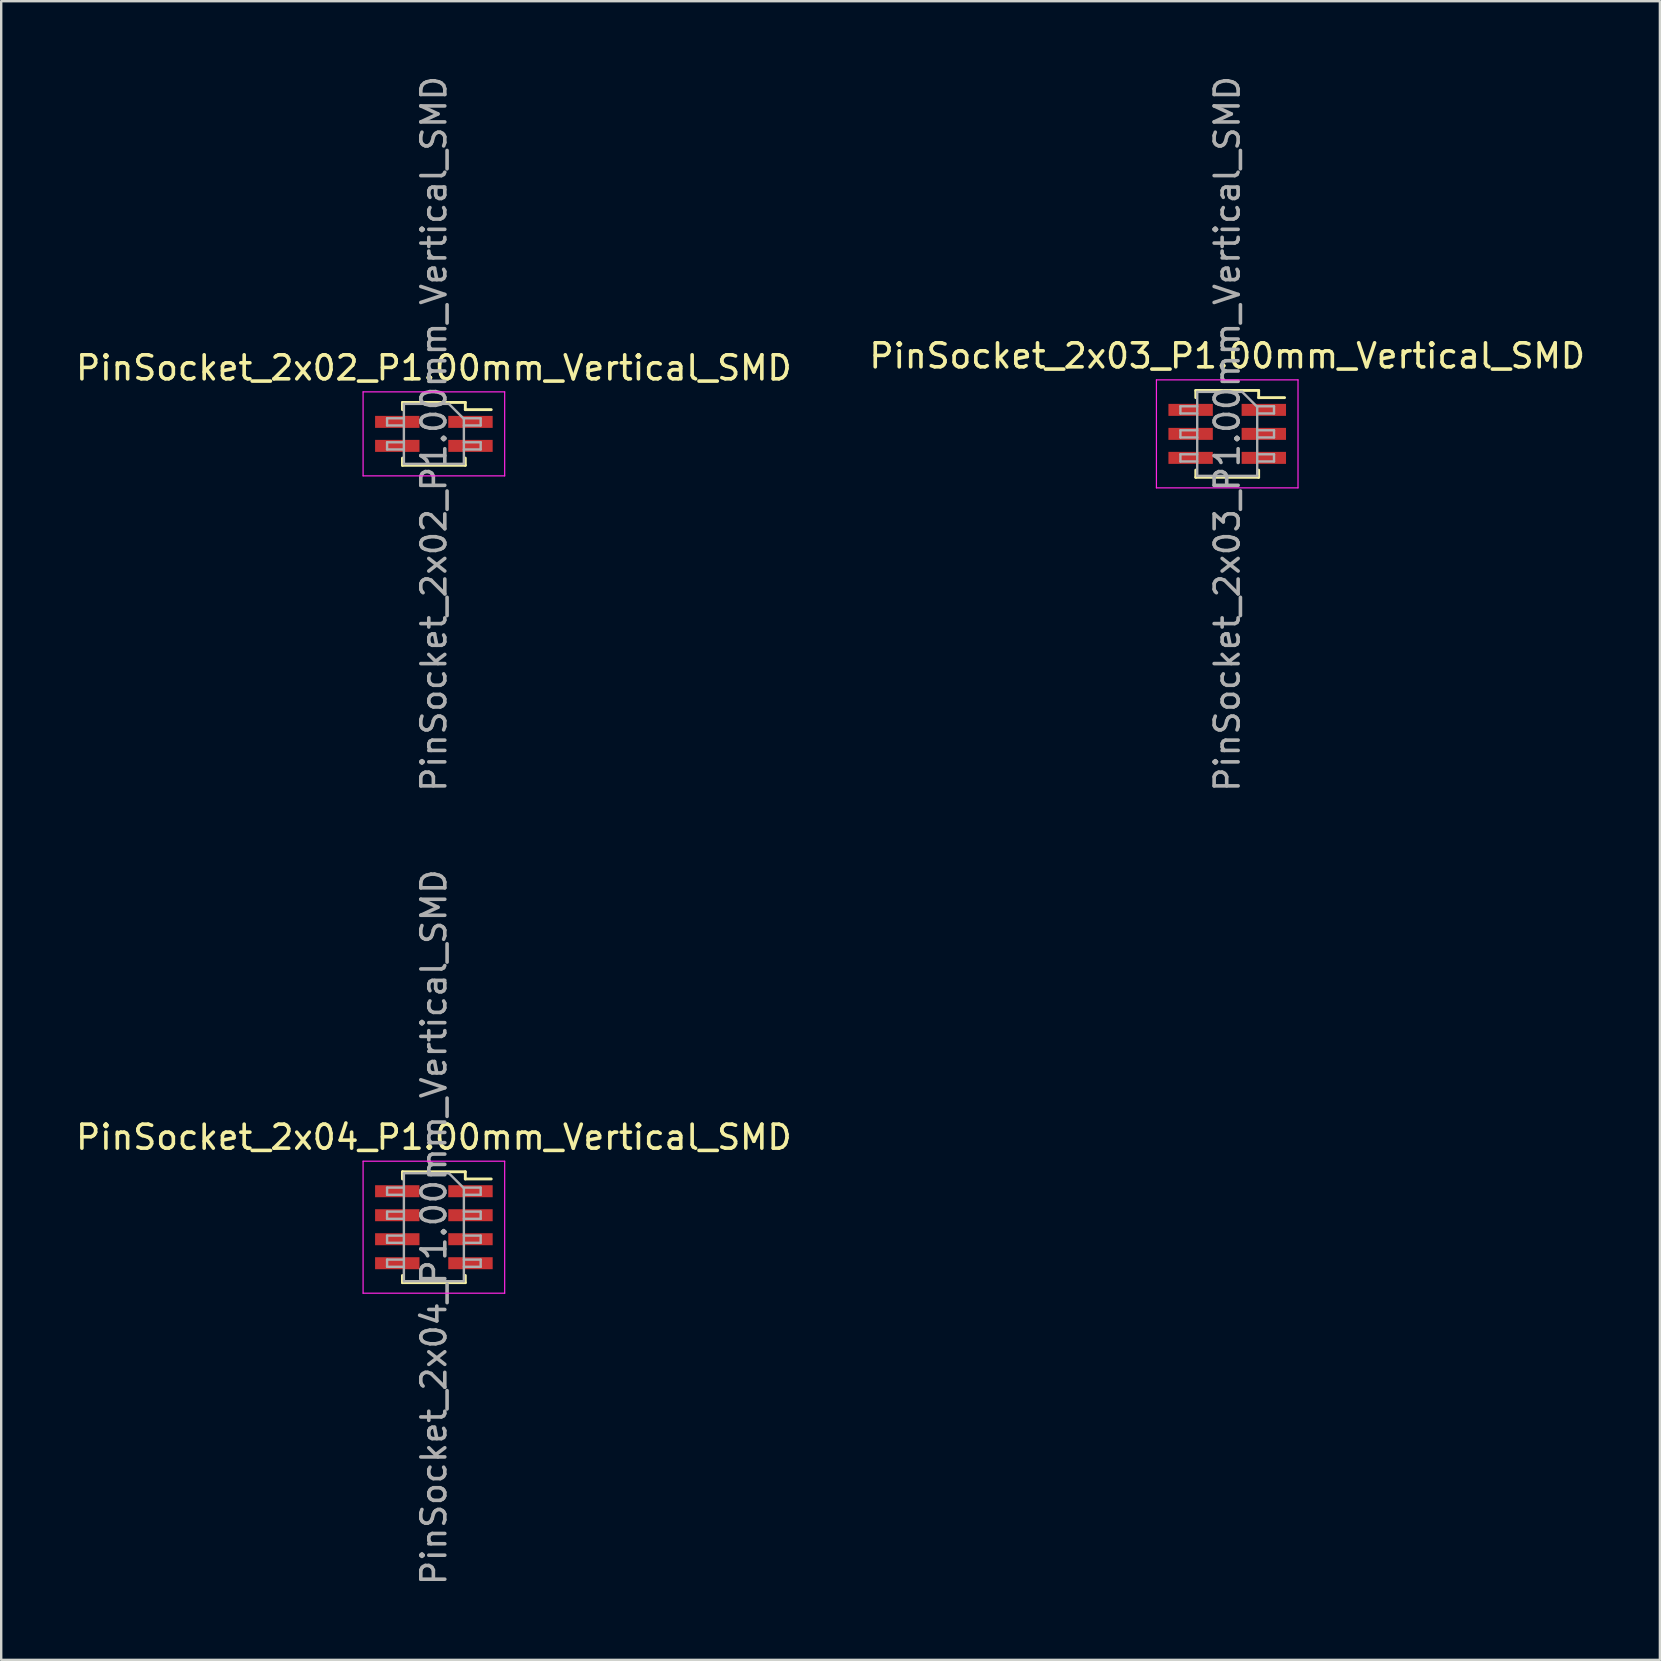
<source format=kicad_pcb>
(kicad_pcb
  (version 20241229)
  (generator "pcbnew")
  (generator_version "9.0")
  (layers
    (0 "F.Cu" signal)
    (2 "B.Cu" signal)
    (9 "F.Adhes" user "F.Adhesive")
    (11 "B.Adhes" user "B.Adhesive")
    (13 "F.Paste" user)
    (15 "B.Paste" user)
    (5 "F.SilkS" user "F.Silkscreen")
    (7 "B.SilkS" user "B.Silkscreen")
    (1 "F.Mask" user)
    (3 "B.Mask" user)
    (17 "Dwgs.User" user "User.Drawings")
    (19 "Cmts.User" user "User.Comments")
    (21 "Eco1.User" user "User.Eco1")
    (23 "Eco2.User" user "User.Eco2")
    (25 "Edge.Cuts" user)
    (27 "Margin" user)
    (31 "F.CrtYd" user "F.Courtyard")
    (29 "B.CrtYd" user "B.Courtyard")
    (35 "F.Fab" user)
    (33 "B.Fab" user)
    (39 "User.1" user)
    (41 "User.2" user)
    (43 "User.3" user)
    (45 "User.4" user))
  (footprint "PinSocket_2x02_P1.00mm_Vertical_SMD"
    (layer "F.Cu")
    (at 15.03 15.03)
    (property "Reference" "PinSocket_2x02_P1.00mm_Vertical_SMD" (at 0 -2.75 0) (layer "F.SilkS") (effects (font (size 1 1) (thickness 0.15))))
    (attr smd)
    (fp_line (start -1.31 -1.31) (end -1.31 -1.01) (stroke (width 0.12) (type solid)) (layer "F.SilkS"))
    (fp_line (start -1.31 -1.31) (end 1.31 -1.31) (stroke (width 0.12) (type solid)) (layer "F.SilkS"))
    (fp_line (start -1.31 1.01) (end -1.31 1.31) (stroke (width 0.12) (type solid)) (layer "F.SilkS"))
    (fp_line (start -1.31 1.31) (end 1.31 1.31) (stroke (width 0.12) (type solid)) (layer "F.SilkS"))
    (fp_line (start 1.31 -1.31) (end 1.31 -1.01) (stroke (width 0.12) (type solid)) (layer "F.SilkS"))
    (fp_line (start 1.31 -1.01) (end 2.39 -1.01) (stroke (width 0.12) (type solid)) (layer "F.SilkS"))
    (fp_line (start 1.31 1.01) (end 1.31 1.31) (stroke (width 0.12) (type solid)) (layer "F.SilkS"))
    (fp_line (start -2.95 -1.75) (end 2.95 -1.75) (stroke (width 0.05) (type solid)) (layer "F.CrtYd"))
    (fp_line (start -2.95 1.75) (end -2.95 -1.75) (stroke (width 0.05) (type solid)) (layer "F.CrtYd"))
    (fp_line (start 2.95 -1.75) (end 2.95 1.75) (stroke (width 0.05) (type solid)) (layer "F.CrtYd"))
    (fp_line (start 2.95 1.75) (end -2.95 1.75) (stroke (width 0.05) (type solid)) (layer "F.CrtYd"))
    (fp_line (start -1.95 -0.65) (end -1.25 -0.65) (stroke (width 0.1) (type solid)) (layer "F.Fab"))
    (fp_line (start -1.95 -0.35) (end -1.95 -0.65) (stroke (width 0.1) (type solid)) (layer "F.Fab"))
    (fp_line (start -1.95 0.35) (end -1.25 0.35) (stroke (width 0.1) (type solid)) (layer "F.Fab"))
    (fp_line (start -1.95 0.65) (end -1.95 0.35) (stroke (width 0.1) (type solid)) (layer "F.Fab"))
    (fp_line (start -1.25 -1.25) (end 0.625 -1.25) (stroke (width 0.1) (type solid)) (layer "F.Fab"))
    (fp_line (start -1.25 -0.35) (end -1.95 -0.35) (stroke (width 0.1) (type solid)) (layer "F.Fab"))
    (fp_line (start -1.25 0.65) (end -1.95 0.65) (stroke (width 0.1) (type solid)) (layer "F.Fab"))
    (fp_line (start -1.25 1.25) (end -1.25 -1.25) (stroke (width 0.1) (type solid)) (layer "F.Fab"))
    (fp_line (start 0.625 -1.25) (end 1.25 -0.625) (stroke (width 0.1) (type solid)) (layer "F.Fab"))
    (fp_line (start 1.25 -0.65) (end 1.95 -0.65) (stroke (width 0.1) (type solid)) (layer "F.Fab"))
    (fp_line (start 1.25 -0.625) (end 1.25 1.25) (stroke (width 0.1) (type solid)) (layer "F.Fab"))
    (fp_line (start 1.25 0.35) (end 1.95 0.35) (stroke (width 0.1) (type solid)) (layer "F.Fab"))
    (fp_line (start 1.25 1.25) (end -1.25 1.25) (stroke (width 0.1) (type solid)) (layer "F.Fab"))
    (fp_line (start 1.95 -0.65) (end 1.95 -0.35) (stroke (width 0.1) (type solid)) (layer "F.Fab"))
    (fp_line (start 1.95 -0.35) (end 1.25 -0.35) (stroke (width 0.1) (type solid)) (layer "F.Fab"))
    (fp_line (start 1.95 0.35) (end 1.95 0.65) (stroke (width 0.1) (type solid)) (layer "F.Fab"))
    (fp_line (start 1.95 0.65) (end 1.25 0.65) (stroke (width 0.1) (type solid)) (layer "F.Fab"))
    (fp_text user "${REFERENCE}" (at 0 0 90) (layer "F.Fab") (effects (font (size 1 1) (thickness 0.15))))
    (pad "1" smd rect (at 1.525 -0.5) (size 1.85 0.5) (layers "F.Cu" "F.Mask" "F.Paste"))
    (pad "2" smd rect (at -1.525 -0.5) (size 1.85 0.5) (layers "F.Cu" "F.Mask" "F.Paste"))
    (pad "3" smd rect (at 1.525 0.5) (size 1.85 0.5) (layers "F.Cu" "F.Mask" "F.Paste"))
    (pad "4" smd rect (at -1.525 0.5) (size 1.85 0.5) (layers "F.Cu" "F.Mask" "F.Paste")))
  (footprint "PinSocket_2x04_P1.00mm_Vertical_SMD"
    (layer "F.Cu")
    (at 15.03 48.089)
    (property "Reference" "PinSocket_2x04_P1.00mm_Vertical_SMD" (at 0 -3.75 0) (layer "F.SilkS") (effects (font (size 1 1) (thickness 0.15))))
    (attr smd)
    (fp_line (start -1.31 -2.31) (end -1.31 -2.01) (stroke (width 0.12) (type solid)) (layer "F.SilkS"))
    (fp_line (start -1.31 -2.31) (end 1.31 -2.31) (stroke (width 0.12) (type solid)) (layer "F.SilkS"))
    (fp_line (start -1.31 2.01) (end -1.31 2.31) (stroke (width 0.12) (type solid)) (layer "F.SilkS"))
    (fp_line (start -1.31 2.31) (end 1.31 2.31) (stroke (width 0.12) (type solid)) (layer "F.SilkS"))
    (fp_line (start 1.31 -2.31) (end 1.31 -2.01) (stroke (width 0.12) (type solid)) (layer "F.SilkS"))
    (fp_line (start 1.31 -2.01) (end 2.39 -2.01) (stroke (width 0.12) (type solid)) (layer "F.SilkS"))
    (fp_line (start 1.31 2.01) (end 1.31 2.31) (stroke (width 0.12) (type solid)) (layer "F.SilkS"))
    (fp_line (start -2.95 -2.75) (end 2.95 -2.75) (stroke (width 0.05) (type solid)) (layer "F.CrtYd"))
    (fp_line (start -2.95 2.75) (end -2.95 -2.75) (stroke (width 0.05) (type solid)) (layer "F.CrtYd"))
    (fp_line (start 2.95 -2.75) (end 2.95 2.75) (stroke (width 0.05) (type solid)) (layer "F.CrtYd"))
    (fp_line (start 2.95 2.75) (end -2.95 2.75) (stroke (width 0.05) (type solid)) (layer "F.CrtYd"))
    (fp_line (start -1.95 -1.65) (end -1.25 -1.65) (stroke (width 0.1) (type solid)) (layer "F.Fab"))
    (fp_line (start -1.95 -1.35) (end -1.95 -1.65) (stroke (width 0.1) (type solid)) (layer "F.Fab"))
    (fp_line (start -1.95 -0.65) (end -1.25 -0.65) (stroke (width 0.1) (type solid)) (layer "F.Fab"))
    (fp_line (start -1.95 -0.35) (end -1.95 -0.65) (stroke (width 0.1) (type solid)) (layer "F.Fab"))
    (fp_line (start -1.95 0.35) (end -1.25 0.35) (stroke (width 0.1) (type solid)) (layer "F.Fab"))
    (fp_line (start -1.95 0.65) (end -1.95 0.35) (stroke (width 0.1) (type solid)) (layer "F.Fab"))
    (fp_line (start -1.95 1.35) (end -1.25 1.35) (stroke (width 0.1) (type solid)) (layer "F.Fab"))
    (fp_line (start -1.95 1.65) (end -1.95 1.35) (stroke (width 0.1) (type solid)) (layer "F.Fab"))
    (fp_line (start -1.25 -2.25) (end 0.625 -2.25) (stroke (width 0.1) (type solid)) (layer "F.Fab"))
    (fp_line (start -1.25 -1.35) (end -1.95 -1.35) (stroke (width 0.1) (type solid)) (layer "F.Fab"))
    (fp_line (start -1.25 -0.35) (end -1.95 -0.35) (stroke (width 0.1) (type solid)) (layer "F.Fab"))
    (fp_line (start -1.25 0.65) (end -1.95 0.65) (stroke (width 0.1) (type solid)) (layer "F.Fab"))
    (fp_line (start -1.25 1.65) (end -1.95 1.65) (stroke (width 0.1) (type solid)) (layer "F.Fab"))
    (fp_line (start -1.25 2.25) (end -1.25 -2.25) (stroke (width 0.1) (type solid)) (layer "F.Fab"))
    (fp_line (start 0.625 -2.25) (end 1.25 -1.625) (stroke (width 0.1) (type solid)) (layer "F.Fab"))
    (fp_line (start 1.25 -1.65) (end 1.95 -1.65) (stroke (width 0.1) (type solid)) (layer "F.Fab"))
    (fp_line (start 1.25 -1.625) (end 1.25 2.25) (stroke (width 0.1) (type solid)) (layer "F.Fab"))
    (fp_line (start 1.25 -0.65) (end 1.95 -0.65) (stroke (width 0.1) (type solid)) (layer "F.Fab"))
    (fp_line (start 1.25 0.35) (end 1.95 0.35) (stroke (width 0.1) (type solid)) (layer "F.Fab"))
    (fp_line (start 1.25 1.35) (end 1.95 1.35) (stroke (width 0.1) (type solid)) (layer "F.Fab"))
    (fp_line (start 1.25 2.25) (end -1.25 2.25) (stroke (width 0.1) (type solid)) (layer "F.Fab"))
    (fp_line (start 1.95 -1.65) (end 1.95 -1.35) (stroke (width 0.1) (type solid)) (layer "F.Fab"))
    (fp_line (start 1.95 -1.35) (end 1.25 -1.35) (stroke (width 0.1) (type solid)) (layer "F.Fab"))
    (fp_line (start 1.95 -0.65) (end 1.95 -0.35) (stroke (width 0.1) (type solid)) (layer "F.Fab"))
    (fp_line (start 1.95 -0.35) (end 1.25 -0.35) (stroke (width 0.1) (type solid)) (layer "F.Fab"))
    (fp_line (start 1.95 0.35) (end 1.95 0.65) (stroke (width 0.1) (type solid)) (layer "F.Fab"))
    (fp_line (start 1.95 0.65) (end 1.25 0.65) (stroke (width 0.1) (type solid)) (layer "F.Fab"))
    (fp_line (start 1.95 1.35) (end 1.95 1.65) (stroke (width 0.1) (type solid)) (layer "F.Fab"))
    (fp_line (start 1.95 1.65) (end 1.25 1.65) (stroke (width 0.1) (type solid)) (layer "F.Fab"))
    (fp_text user "${REFERENCE}" (at 0 0 90) (layer "F.Fab") (effects (font (size 1 1) (thickness 0.15))))
    (pad "1" smd rect (at 1.525 -1.5) (size 1.85 0.5) (layers "F.Cu" "F.Mask" "F.Paste"))
    (pad "2" smd rect (at -1.525 -1.5) (size 1.85 0.5) (layers "F.Cu" "F.Mask" "F.Paste"))
    (pad "3" smd rect (at 1.525 -0.5) (size 1.85 0.5) (layers "F.Cu" "F.Mask" "F.Paste"))
    (pad "4" smd rect (at -1.525 -0.5) (size 1.85 0.5) (layers "F.Cu" "F.Mask" "F.Paste"))
    (pad "5" smd rect (at 1.525 0.5) (size 1.85 0.5) (layers "F.Cu" "F.Mask" "F.Paste"))
    (pad "6" smd rect (at -1.525 0.5) (size 1.85 0.5) (layers "F.Cu" "F.Mask" "F.Paste"))
    (pad "7" smd rect (at 1.525 1.5) (size 1.85 0.5) (layers "F.Cu" "F.Mask" "F.Paste"))
    (pad "8" smd rect (at -1.525 1.5) (size 1.85 0.5) (layers "F.Cu" "F.Mask" "F.Paste")))
  (footprint "PinSocket_2x03_P1.00mm_Vertical_SMD"
    (layer "F.Cu")
    (at 48.089 15.03)
    (property "Reference" "PinSocket_2x03_P1.00mm_Vertical_SMD" (at 0 -3.25 0) (layer "F.SilkS") (effects (font (size 1 1) (thickness 0.15))))
    (attr smd)
    (fp_line (start -1.31 -1.81) (end -1.31 -1.51) (stroke (width 0.12) (type solid)) (layer "F.SilkS"))
    (fp_line (start -1.31 -1.81) (end 1.31 -1.81) (stroke (width 0.12) (type solid)) (layer "F.SilkS"))
    (fp_line (start -1.31 1.51) (end -1.31 1.81) (stroke (width 0.12) (type solid)) (layer "F.SilkS"))
    (fp_line (start -1.31 1.81) (end 1.31 1.81) (stroke (width 0.12) (type solid)) (layer "F.SilkS"))
    (fp_line (start 1.31 -1.81) (end 1.31 -1.51) (stroke (width 0.12) (type solid)) (layer "F.SilkS"))
    (fp_line (start 1.31 -1.51) (end 2.39 -1.51) (stroke (width 0.12) (type solid)) (layer "F.SilkS"))
    (fp_line (start 1.31 1.51) (end 1.31 1.81) (stroke (width 0.12) (type solid)) (layer "F.SilkS"))
    (fp_line (start -2.95 -2.25) (end 2.95 -2.25) (stroke (width 0.05) (type solid)) (layer "F.CrtYd"))
    (fp_line (start -2.95 2.25) (end -2.95 -2.25) (stroke (width 0.05) (type solid)) (layer "F.CrtYd"))
    (fp_line (start 2.95 -2.25) (end 2.95 2.25) (stroke (width 0.05) (type solid)) (layer "F.CrtYd"))
    (fp_line (start 2.95 2.25) (end -2.95 2.25) (stroke (width 0.05) (type solid)) (layer "F.CrtYd"))
    (fp_line (start -1.95 -1.15) (end -1.25 -1.15) (stroke (width 0.1) (type solid)) (layer "F.Fab"))
    (fp_line (start -1.95 -0.85) (end -1.95 -1.15) (stroke (width 0.1) (type solid)) (layer "F.Fab"))
    (fp_line (start -1.95 -0.15) (end -1.25 -0.15) (stroke (width 0.1) (type solid)) (layer "F.Fab"))
    (fp_line (start -1.95 0.15) (end -1.95 -0.15) (stroke (width 0.1) (type solid)) (layer "F.Fab"))
    (fp_line (start -1.95 0.85) (end -1.25 0.85) (stroke (width 0.1) (type solid)) (layer "F.Fab"))
    (fp_line (start -1.95 1.15) (end -1.95 0.85) (stroke (width 0.1) (type solid)) (layer "F.Fab"))
    (fp_line (start -1.25 -1.75) (end 0.625 -1.75) (stroke (width 0.1) (type solid)) (layer "F.Fab"))
    (fp_line (start -1.25 -0.85) (end -1.95 -0.85) (stroke (width 0.1) (type solid)) (layer "F.Fab"))
    (fp_line (start -1.25 0.15) (end -1.95 0.15) (stroke (width 0.1) (type solid)) (layer "F.Fab"))
    (fp_line (start -1.25 1.15) (end -1.95 1.15) (stroke (width 0.1) (type solid)) (layer "F.Fab"))
    (fp_line (start -1.25 1.75) (end -1.25 -1.75) (stroke (width 0.1) (type solid)) (layer "F.Fab"))
    (fp_line (start 0.625 -1.75) (end 1.25 -1.125) (stroke (width 0.1) (type solid)) (layer "F.Fab"))
    (fp_line (start 1.25 -1.15) (end 1.95 -1.15) (stroke (width 0.1) (type solid)) (layer "F.Fab"))
    (fp_line (start 1.25 -1.125) (end 1.25 1.75) (stroke (width 0.1) (type solid)) (layer "F.Fab"))
    (fp_line (start 1.25 -0.15) (end 1.95 -0.15) (stroke (width 0.1) (type solid)) (layer "F.Fab"))
    (fp_line (start 1.25 0.85) (end 1.95 0.85) (stroke (width 0.1) (type solid)) (layer "F.Fab"))
    (fp_line (start 1.25 1.75) (end -1.25 1.75) (stroke (width 0.1) (type solid)) (layer "F.Fab"))
    (fp_line (start 1.95 -1.15) (end 1.95 -0.85) (stroke (width 0.1) (type solid)) (layer "F.Fab"))
    (fp_line (start 1.95 -0.85) (end 1.25 -0.85) (stroke (width 0.1) (type solid)) (layer "F.Fab"))
    (fp_line (start 1.95 -0.15) (end 1.95 0.15) (stroke (width 0.1) (type solid)) (layer "F.Fab"))
    (fp_line (start 1.95 0.15) (end 1.25 0.15) (stroke (width 0.1) (type solid)) (layer "F.Fab"))
    (fp_line (start 1.95 0.85) (end 1.95 1.15) (stroke (width 0.1) (type solid)) (layer "F.Fab"))
    (fp_line (start 1.95 1.15) (end 1.25 1.15) (stroke (width 0.1) (type solid)) (layer "F.Fab"))
    (fp_text user "${REFERENCE}" (at 0 0 90) (layer "F.Fab") (effects (font (size 1 1) (thickness 0.15))))
    (pad "1" smd rect (at 1.525 -1) (size 1.85 0.5) (layers "F.Cu" "F.Mask" "F.Paste"))
    (pad "2" smd rect (at -1.525 -1) (size 1.85 0.5) (layers "F.Cu" "F.Mask" "F.Paste"))
    (pad "3" smd rect (at 1.525 0) (size 1.85 0.5) (layers "F.Cu" "F.Mask" "F.Paste"))
    (pad "4" smd rect (at -1.525 0) (size 1.85 0.5) (layers "F.Cu" "F.Mask" "F.Paste"))
    (pad "5" smd rect (at 1.525 1) (size 1.85 0.5) (layers "F.Cu" "F.Mask" "F.Paste"))
    (pad "6" smd rect (at -1.525 1) (size 1.85 0.5) (layers "F.Cu" "F.Mask" "F.Paste")))
  (gr_rect
    (start -3 -3)
    (end 66.119 66.119)
    (stroke (width 0.1) (type default))
    (fill no)
    (layer "Edge.Cuts")))
</source>
